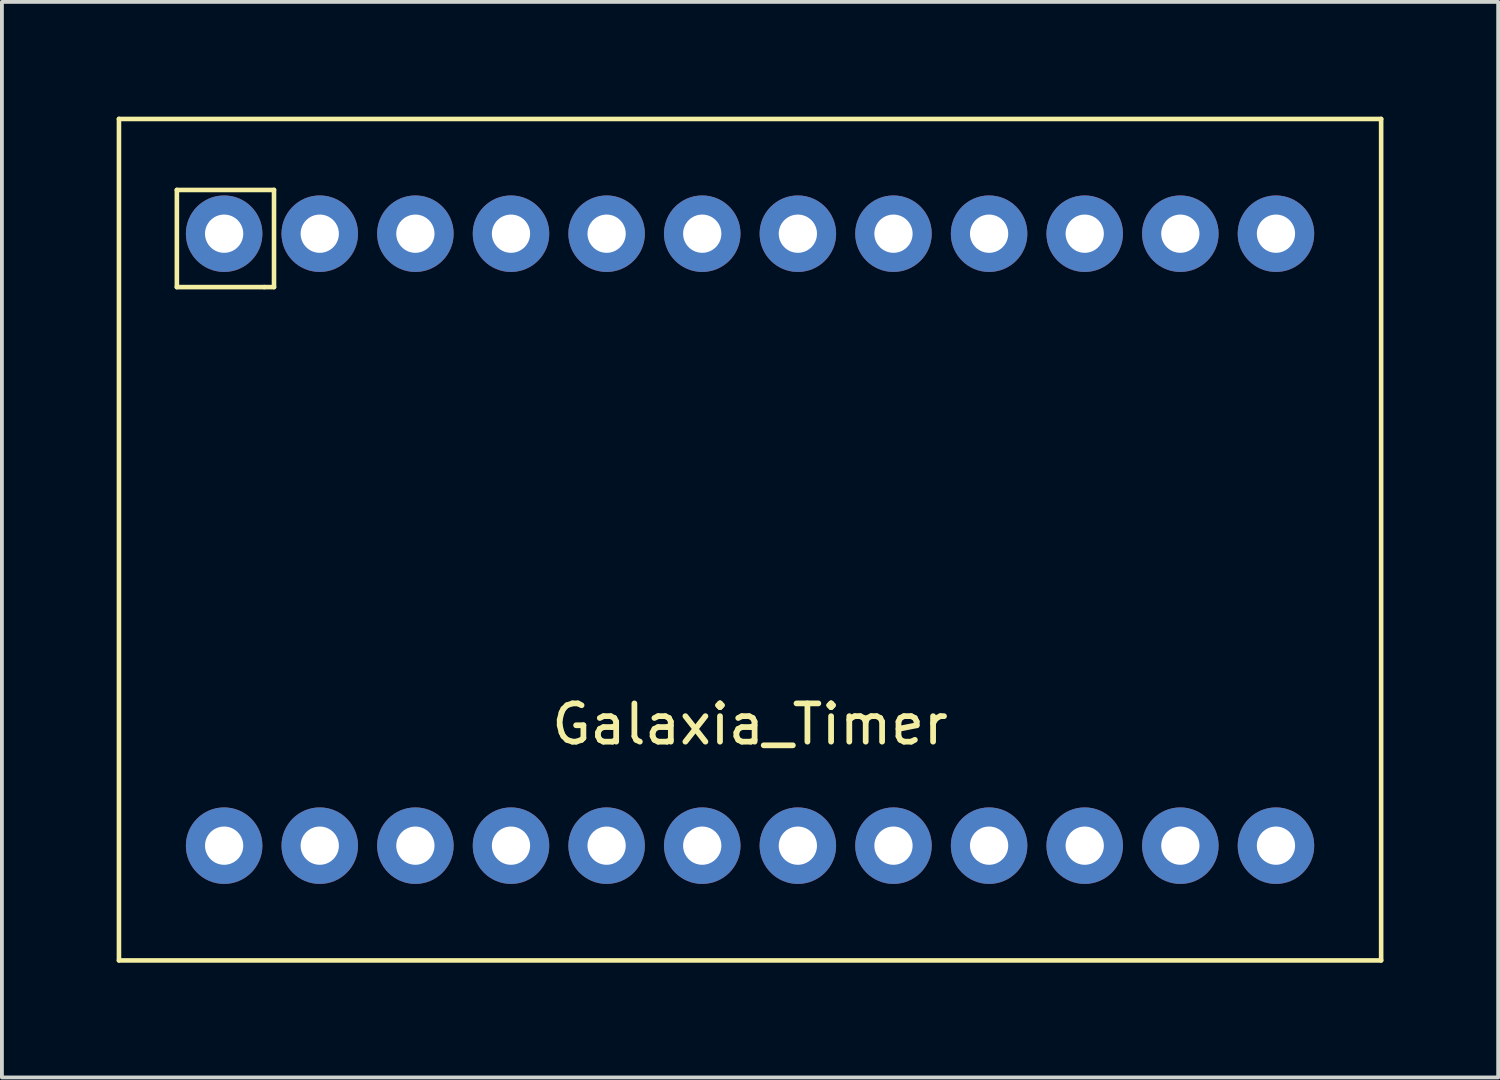
<source format=kicad_pcb>
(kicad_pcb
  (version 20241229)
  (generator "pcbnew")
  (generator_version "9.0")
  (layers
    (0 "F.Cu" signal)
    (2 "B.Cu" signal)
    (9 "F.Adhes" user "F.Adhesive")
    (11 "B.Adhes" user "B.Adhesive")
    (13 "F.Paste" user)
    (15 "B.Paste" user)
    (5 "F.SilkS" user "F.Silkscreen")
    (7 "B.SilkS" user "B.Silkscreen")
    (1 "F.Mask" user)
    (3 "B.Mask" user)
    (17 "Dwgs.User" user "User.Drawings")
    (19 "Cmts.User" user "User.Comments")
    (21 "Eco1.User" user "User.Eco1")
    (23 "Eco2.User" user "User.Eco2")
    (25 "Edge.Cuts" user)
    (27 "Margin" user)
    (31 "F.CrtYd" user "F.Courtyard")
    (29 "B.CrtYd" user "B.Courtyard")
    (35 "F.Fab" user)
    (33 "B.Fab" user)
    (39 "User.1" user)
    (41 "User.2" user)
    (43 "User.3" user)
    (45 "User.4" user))
  (footprint "Galaxia_Timer"
    (layer "F.Cu")
    (at 16.56 11.06)
    (property "Reference" "Galaxia_Timer" (at 0 4.826 0) (layer "F.SilkS") (effects (font (size 1 1) (thickness 0.15))))
    (attr through_hole)
    (fp_line (start -16.5 -11) (end 16.5 -11) (stroke (width 0.12) (type solid)) (layer "F.SilkS"))
    (fp_line (start -16.5 11) (end -16.5 -11) (stroke (width 0.12) (type solid)) (layer "F.SilkS"))
    (fp_line (start -16.5 11) (end 16.5 11) (stroke (width 0.12) (type solid)) (layer "F.SilkS"))
    (fp_line (start -14.986 -9.144) (end -14.986 -6.604) (stroke (width 0.12) (type solid)) (layer "F.SilkS"))
    (fp_line (start -14.986 -6.604) (end -12.7 -6.604) (stroke (width 0.12) (type solid)) (layer "F.SilkS"))
    (fp_line (start -12.7 -6.604) (end -12.446 -6.604) (stroke (width 0.12) (type solid)) (layer "F.SilkS"))
    (fp_line (start -12.446 -9.144) (end -14.986 -9.144) (stroke (width 0.12) (type solid)) (layer "F.SilkS"))
    (fp_line (start -12.446 -6.604) (end -12.446 -9.144) (stroke (width 0.12) (type solid)) (layer "F.SilkS"))
    (fp_line (start 16.5 11) (end 16.5 -11) (stroke (width 0.12) (type solid)) (layer "F.SilkS"))
    (pad "1" thru_hole circle (at -13.75 -8) (size 2 2) (drill 1) (layers "*.Cu" "*.Mask"))
    (pad "2" thru_hole circle (at -11.25 -8) (size 2 2) (drill 1) (layers "*.Cu" "*.Mask"))
    (pad "3" thru_hole circle (at -8.75 -8) (size 2 2) (drill 1) (layers "*.Cu" "*.Mask"))
    (pad "4" thru_hole circle (at -6.25 -8) (size 2 2) (drill 1) (layers "*.Cu" "*.Mask"))
    (pad "5" thru_hole circle (at -3.75 -8) (size 2 2) (drill 1) (layers "*.Cu" "*.Mask"))
    (pad "6" thru_hole circle (at -1.25 -8) (size 2 2) (drill 1) (layers "*.Cu" "*.Mask"))
    (pad "7" thru_hole circle (at 1.25 -8) (size 2 2) (drill 1) (layers "*.Cu" "*.Mask"))
    (pad "8" thru_hole circle (at 3.75 -8) (size 2 2) (drill 1) (layers "*.Cu" "*.Mask"))
    (pad "9" thru_hole circle (at 6.25 -8) (size 2 2) (drill 1) (layers "*.Cu" "*.Mask"))
    (pad "10" thru_hole circle (at 8.75 -8) (size 2 2) (drill 1) (layers "*.Cu" "*.Mask"))
    (pad "11" thru_hole circle (at 11.25 -8) (size 2 2) (drill 1) (layers "*.Cu" "*.Mask"))
    (pad "12" thru_hole circle (at 13.75 -8) (size 2 2) (drill 1) (layers "*.Cu" "*.Mask"))
    (pad "13" thru_hole circle (at 13.75 8) (size 2 2) (drill 1) (layers "*.Cu" "*.Mask"))
    (pad "14" thru_hole circle (at 11.25 8) (size 2 2) (drill 1) (layers "*.Cu" "*.Mask"))
    (pad "15" thru_hole circle (at 8.75 8) (size 2 2) (drill 1) (layers "*.Cu" "*.Mask"))
    (pad "16" thru_hole circle (at 6.25 8) (size 2 2) (drill 1) (layers "*.Cu" "*.Mask"))
    (pad "17" thru_hole circle (at 3.75 8) (size 2 2) (drill 1) (layers "*.Cu" "*.Mask"))
    (pad "18" thru_hole circle (at 1.25 8) (size 2 2) (drill 1) (layers "*.Cu" "*.Mask"))
    (pad "19" thru_hole circle (at -1.25 8) (size 2 2) (drill 1) (layers "*.Cu" "*.Mask"))
    (pad "20" thru_hole circle (at -3.75 8) (size 2 2) (drill 1) (layers "*.Cu" "*.Mask"))
    (pad "21" thru_hole circle (at -6.25 8) (size 2 2) (drill 1) (layers "*.Cu" "*.Mask"))
    (pad "22" thru_hole circle (at -8.75 8) (size 2 2) (drill 1) (layers "*.Cu" "*.Mask"))
    (pad "23" thru_hole circle (at -11.25 8) (size 2 2) (drill 1) (layers "*.Cu" "*.Mask"))
    (pad "24" thru_hole circle (at -13.75 8) (size 2 2) (drill 1) (layers "*.Cu" "*.Mask")))
  (gr_rect
    (start -3 -3)
    (end 36.12 25.12)
    (stroke (width 0.1) (type default))
    (fill no)
    (layer "Edge.Cuts")))
</source>
